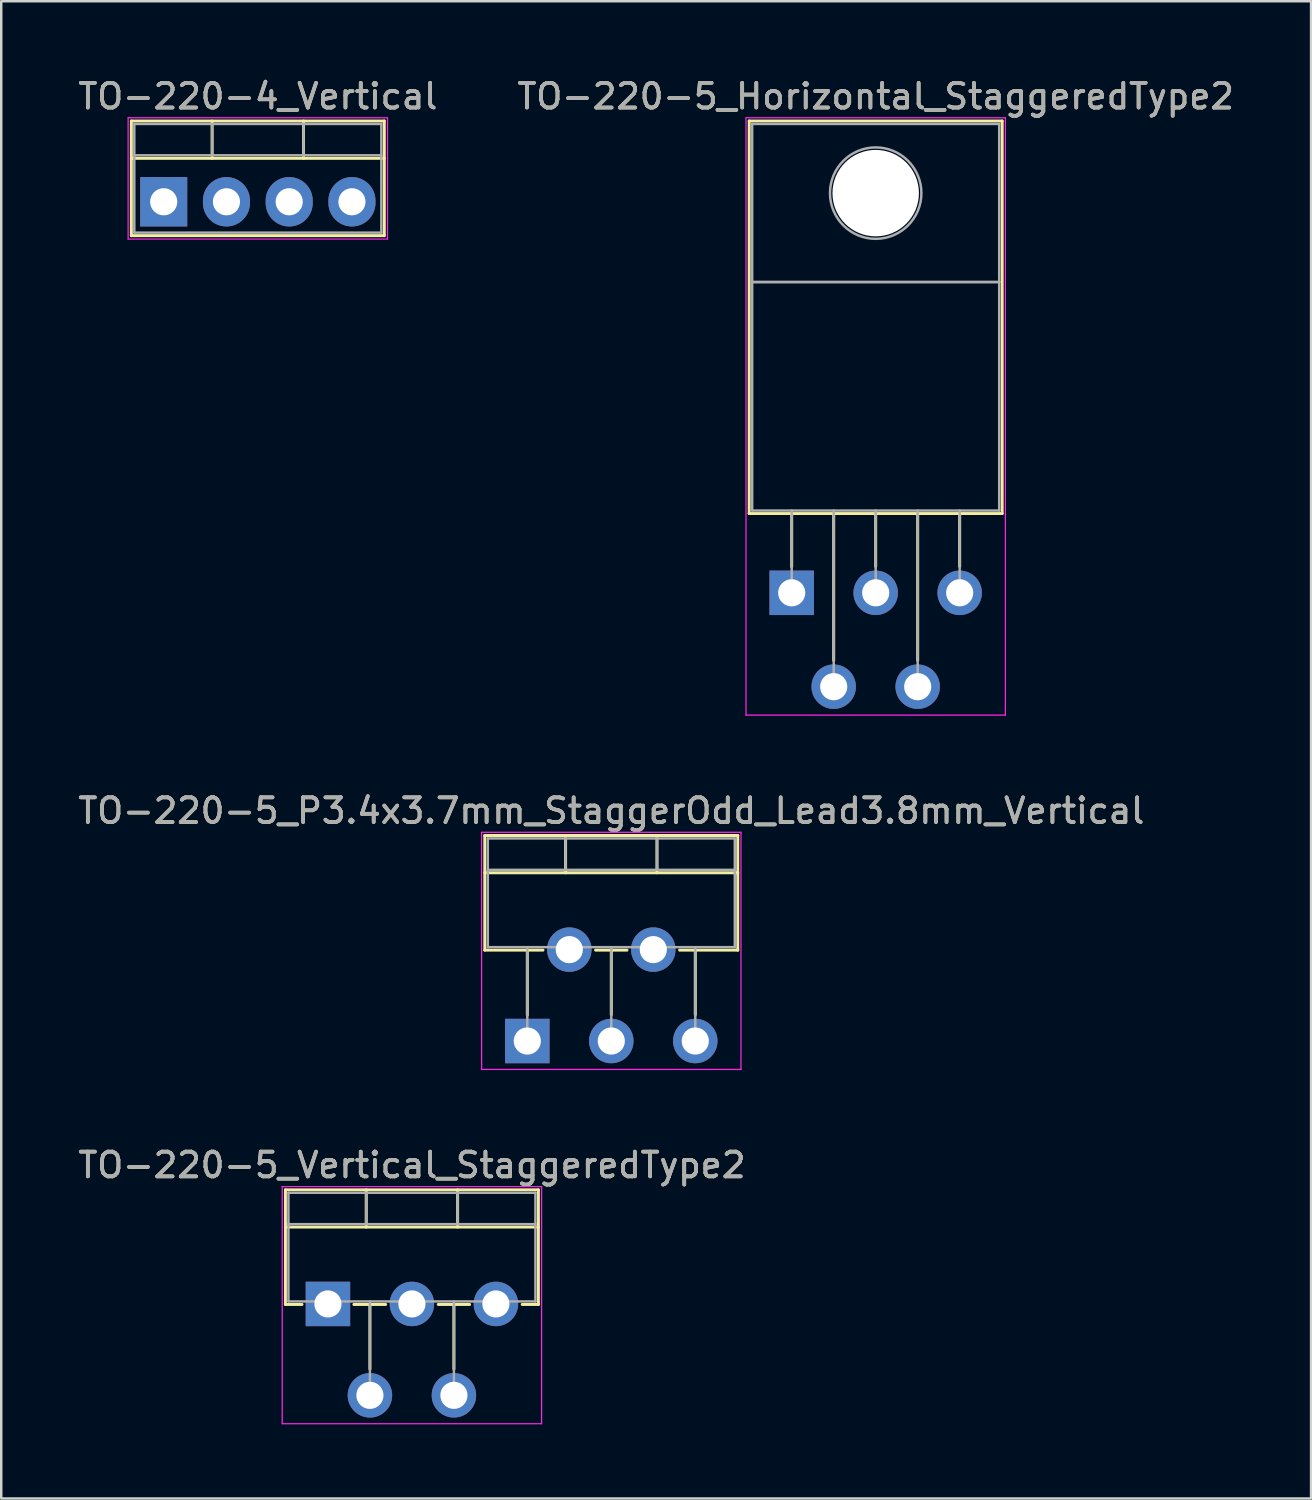
<source format=kicad_pcb>
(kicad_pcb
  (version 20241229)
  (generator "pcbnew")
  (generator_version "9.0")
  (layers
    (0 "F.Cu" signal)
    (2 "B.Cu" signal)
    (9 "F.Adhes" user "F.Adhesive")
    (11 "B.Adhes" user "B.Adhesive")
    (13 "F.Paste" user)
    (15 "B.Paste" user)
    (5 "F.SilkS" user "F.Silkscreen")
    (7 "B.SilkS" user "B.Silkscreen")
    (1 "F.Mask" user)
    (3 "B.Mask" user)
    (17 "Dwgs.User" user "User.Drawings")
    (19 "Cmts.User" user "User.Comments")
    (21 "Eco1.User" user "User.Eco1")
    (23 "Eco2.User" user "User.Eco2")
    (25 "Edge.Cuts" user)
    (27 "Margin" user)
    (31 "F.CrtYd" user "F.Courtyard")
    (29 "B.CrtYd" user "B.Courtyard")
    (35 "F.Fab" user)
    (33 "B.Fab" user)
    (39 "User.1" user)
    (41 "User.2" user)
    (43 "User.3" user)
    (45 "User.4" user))
  (footprint "TO-220-4_Vertical"
    (layer "F.Cu")
    (at 3.577 5.118)
    (property "Reference" "TO-220-4_Vertical" (at 3.81 -4.27 0) (layer "F.SilkS") (effects (font (size 1 1) (thickness 0.15))))
    (attr through_hole)
    (fp_line (start -1.31 -3.27) (end -1.31 1.371) (stroke (width 0.12) (type solid)) (layer "F.SilkS"))
    (fp_line (start -1.31 -3.27) (end 8.93 -3.27) (stroke (width 0.12) (type solid)) (layer "F.SilkS"))
    (fp_line (start -1.31 -1.76) (end 8.93 -1.76) (stroke (width 0.12) (type solid)) (layer "F.SilkS"))
    (fp_line (start -1.31 1.371) (end 8.93 1.371) (stroke (width 0.12) (type solid)) (layer "F.SilkS"))
    (fp_line (start 1.96 -3.27) (end 1.96 -1.76) (stroke (width 0.12) (type solid)) (layer "F.SilkS"))
    (fp_line (start 5.66 -3.27) (end 5.66 -1.76) (stroke (width 0.12) (type solid)) (layer "F.SilkS"))
    (fp_line (start 8.93 -3.27) (end 8.93 1.371) (stroke (width 0.12) (type solid)) (layer "F.SilkS"))
    (fp_line (start -1.44 -3.4) (end -1.44 1.51) (stroke (width 0.05) (type solid)) (layer "F.CrtYd"))
    (fp_line (start -1.44 1.51) (end 9.06 1.51) (stroke (width 0.05) (type solid)) (layer "F.CrtYd"))
    (fp_line (start 9.06 -3.4) (end -1.44 -3.4) (stroke (width 0.05) (type solid)) (layer "F.CrtYd"))
    (fp_line (start 9.06 1.51) (end 9.06 -3.4) (stroke (width 0.05) (type solid)) (layer "F.CrtYd"))
    (fp_line (start -1.19 -3.15) (end -1.19 1.25) (stroke (width 0.1) (type solid)) (layer "F.Fab"))
    (fp_line (start -1.19 -1.88) (end 8.81 -1.88) (stroke (width 0.1) (type solid)) (layer "F.Fab"))
    (fp_line (start -1.19 1.25) (end 8.81 1.25) (stroke (width 0.1) (type solid)) (layer "F.Fab"))
    (fp_line (start 1.96 -3.15) (end 1.96 -1.88) (stroke (width 0.1) (type solid)) (layer "F.Fab"))
    (fp_line (start 5.66 -3.15) (end 5.66 -1.88) (stroke (width 0.1) (type solid)) (layer "F.Fab"))
    (fp_line (start 8.81 -3.15) (end -1.19 -3.15) (stroke (width 0.1) (type solid)) (layer "F.Fab"))
    (fp_line (start 8.81 1.25) (end 8.81 -3.15) (stroke (width 0.1) (type solid)) (layer "F.Fab"))
    (fp_text user "${REFERENCE}" (at 3.81 -4.27 0) (layer "F.Fab") (effects (font (size 1 1) (thickness 0.15))))
    (pad "1" thru_hole rect (at 0 0) (size 1.905 2) (drill 1.1) (layers "*.Cu" "*.Mask"))
    (pad "2" thru_hole oval (at 2.54 0) (size 1.905 2) (drill 1.1) (layers "*.Cu" "*.Mask"))
    (pad "3" thru_hole oval (at 5.08 0) (size 1.905 2) (drill 1.1) (layers "*.Cu" "*.Mask"))
    (pad "4" thru_hole oval (at 7.62 0) (size 1.905 2) (drill 1.1) (layers "*.Cu" "*.Mask")))
  (footprint "TO-220-5_Vertical_StaggeredType2"
    (layer "F.Cu")
    (at 10.225 49.735)
    (property "Reference" "TO-220-5_Vertical_StaggeredType2" (at 3.4 -5.62 0) (layer "F.SilkS") (effects (font (size 1 1) (thickness 0.15))))
    (attr through_hole)
    (fp_line (start -1.721 -4.62) (end -1.721 0.021) (stroke (width 0.12) (type solid)) (layer "F.SilkS"))
    (fp_line (start -1.721 -4.62) (end 8.52 -4.62) (stroke (width 0.12) (type solid)) (layer "F.SilkS"))
    (fp_line (start -1.721 -3.111) (end 8.52 -3.111) (stroke (width 0.12) (type solid)) (layer "F.SilkS"))
    (fp_line (start -1.721 0.021) (end -1.05 0.021) (stroke (width 0.12) (type solid)) (layer "F.SilkS"))
    (fp_line (start 1.05 0.021) (end 2.335 0.021) (stroke (width 0.12) (type solid)) (layer "F.SilkS"))
    (fp_line (start 1.55 -4.62) (end 1.55 -3.111) (stroke (width 0.12) (type solid)) (layer "F.SilkS"))
    (fp_line (start 1.7 0.021) (end 1.7 2.635) (stroke (width 0.12) (type solid)) (layer "F.SilkS"))
    (fp_line (start 4.465 0.021) (end 5.735 0.021) (stroke (width 0.12) (type solid)) (layer "F.SilkS"))
    (fp_line (start 5.1 0.021) (end 5.1 2.635) (stroke (width 0.12) (type solid)) (layer "F.SilkS"))
    (fp_line (start 5.25 -4.62) (end 5.25 -3.111) (stroke (width 0.12) (type solid)) (layer "F.SilkS"))
    (fp_line (start 7.865 0.021) (end 8.52 0.021) (stroke (width 0.12) (type solid)) (layer "F.SilkS"))
    (fp_line (start 8.52 -4.62) (end 8.52 0.021) (stroke (width 0.12) (type solid)) (layer "F.SilkS"))
    (fp_line (start -1.85 -4.75) (end -1.85 4.85) (stroke (width 0.05) (type solid)) (layer "F.CrtYd"))
    (fp_line (start -1.85 4.85) (end 8.65 4.85) (stroke (width 0.05) (type solid)) (layer "F.CrtYd"))
    (fp_line (start 8.65 -4.75) (end -1.85 -4.75) (stroke (width 0.05) (type solid)) (layer "F.CrtYd"))
    (fp_line (start 8.65 4.85) (end 8.65 -4.75) (stroke (width 0.05) (type solid)) (layer "F.CrtYd"))
    (fp_line (start -1.6 -4.5) (end -1.6 -0.1) (stroke (width 0.1) (type solid)) (layer "F.Fab"))
    (fp_line (start -1.6 -3.23) (end 8.4 -3.23) (stroke (width 0.1) (type solid)) (layer "F.Fab"))
    (fp_line (start -1.6 -0.1) (end 8.4 -0.1) (stroke (width 0.1) (type solid)) (layer "F.Fab"))
    (fp_line (start 0 -0.1) (end 0 0) (stroke (width 0.1) (type solid)) (layer "F.Fab"))
    (fp_line (start 1.55 -4.5) (end 1.55 -3.23) (stroke (width 0.1) (type solid)) (layer "F.Fab"))
    (fp_line (start 1.7 -0.1) (end 1.7 3.7) (stroke (width 0.1) (type solid)) (layer "F.Fab"))
    (fp_line (start 3.4 -0.1) (end 3.4 0) (stroke (width 0.1) (type solid)) (layer "F.Fab"))
    (fp_line (start 5.1 -0.1) (end 5.1 3.7) (stroke (width 0.1) (type solid)) (layer "F.Fab"))
    (fp_line (start 5.25 -4.5) (end 5.25 -3.23) (stroke (width 0.1) (type solid)) (layer "F.Fab"))
    (fp_line (start 6.8 -0.1) (end 6.8 0) (stroke (width 0.1) (type solid)) (layer "F.Fab"))
    (fp_line (start 8.4 -4.5) (end -1.6 -4.5) (stroke (width 0.1) (type solid)) (layer "F.Fab"))
    (fp_line (start 8.4 -0.1) (end 8.4 -4.5) (stroke (width 0.1) (type solid)) (layer "F.Fab"))
    (fp_text user "${REFERENCE}" (at 3.4 -5.62 0) (layer "F.Fab") (effects (font (size 1 1) (thickness 0.15))))
    (pad "1" thru_hole rect (at 0 0) (size 1.8 1.8) (drill 1.1) (layers "*.Cu" "*.Mask"))
    (pad "2" thru_hole oval (at 1.7 3.7) (size 1.8 1.8) (drill 1.1) (layers "*.Cu" "*.Mask"))
    (pad "3" thru_hole oval (at 3.4 0) (size 1.8 1.8) (drill 1.1) (layers "*.Cu" "*.Mask"))
    (pad "4" thru_hole oval (at 5.1 3.7) (size 1.8 1.8) (drill 1.1) (layers "*.Cu" "*.Mask"))
    (pad "5" thru_hole oval (at 6.8 0) (size 1.8 1.8) (drill 1.1) (layers "*.Cu" "*.Mask")))
  (footprint "TO-220-5_Horizontal_StaggeredType2"
    (layer "F.Cu")
    (at 28.999 20.948)
    (property "Reference" "TO-220-5_Horizontal_StaggeredType2" (at 3.4 -20.1 0) (layer "F.SilkS") (effects (font (size 1 1) (thickness 0.15))))
    (attr through_hole)
    (fp_line (start -1.721 -19.1) (end -1.721 -3.21) (stroke (width 0.12) (type solid)) (layer "F.SilkS"))
    (fp_line (start -1.721 -19.1) (end 8.52 -19.1) (stroke (width 0.12) (type solid)) (layer "F.SilkS"))
    (fp_line (start -1.721 -3.21) (end 8.52 -3.21) (stroke (width 0.12) (type solid)) (layer "F.SilkS"))
    (fp_line (start 0 -3.21) (end 0 -1.05) (stroke (width 0.12) (type solid)) (layer "F.SilkS"))
    (fp_line (start 1.7 -3.21) (end 1.7 2.735) (stroke (width 0.12) (type solid)) (layer "F.SilkS"))
    (fp_line (start 3.4 -3.21) (end 3.4 -1.066) (stroke (width 0.12) (type solid)) (layer "F.SilkS"))
    (fp_line (start 5.1 -3.21) (end 5.1 2.735) (stroke (width 0.12) (type solid)) (layer "F.SilkS"))
    (fp_line (start 6.8 -3.21) (end 6.8 -1.066) (stroke (width 0.12) (type solid)) (layer "F.SilkS"))
    (fp_line (start 8.52 -19.1) (end 8.52 -3.21) (stroke (width 0.12) (type solid)) (layer "F.SilkS"))
    (fp_line (start -1.85 -19.23) (end -1.85 4.95) (stroke (width 0.05) (type solid)) (layer "F.CrtYd"))
    (fp_line (start -1.85 4.95) (end 8.65 4.95) (stroke (width 0.05) (type solid)) (layer "F.CrtYd"))
    (fp_line (start 8.65 -19.23) (end -1.85 -19.23) (stroke (width 0.05) (type solid)) (layer "F.CrtYd"))
    (fp_line (start 8.65 4.95) (end 8.65 -19.23) (stroke (width 0.05) (type solid)) (layer "F.CrtYd"))
    (fp_line (start -1.6 -18.98) (end 8.4 -18.98) (stroke (width 0.1) (type solid)) (layer "F.Fab"))
    (fp_line (start -1.6 -12.58) (end -1.6 -18.98) (stroke (width 0.1) (type solid)) (layer "F.Fab"))
    (fp_line (start -1.6 -12.58) (end 8.4 -12.58) (stroke (width 0.1) (type solid)) (layer "F.Fab"))
    (fp_line (start -1.6 -3.33) (end -1.6 -12.58) (stroke (width 0.1) (type solid)) (layer "F.Fab"))
    (fp_line (start 0 -3.33) (end 0 0) (stroke (width 0.1) (type solid)) (layer "F.Fab"))
    (fp_line (start 1.7 -3.33) (end 1.7 3.8) (stroke (width 0.1) (type solid)) (layer "F.Fab"))
    (fp_line (start 3.4 -3.33) (end 3.4 0) (stroke (width 0.1) (type solid)) (layer "F.Fab"))
    (fp_line (start 5.1 -3.33) (end 5.1 3.8) (stroke (width 0.1) (type solid)) (layer "F.Fab"))
    (fp_line (start 6.8 -3.33) (end 6.8 0) (stroke (width 0.1) (type solid)) (layer "F.Fab"))
    (fp_line (start 8.4 -18.98) (end 8.4 -12.58) (stroke (width 0.1) (type solid)) (layer "F.Fab"))
    (fp_line (start 8.4 -12.58) (end -1.6 -12.58) (stroke (width 0.1) (type solid)) (layer "F.Fab"))
    (fp_line (start 8.4 -12.58) (end 8.4 -3.33) (stroke (width 0.1) (type solid)) (layer "F.Fab"))
    (fp_line (start 8.4 -3.33) (end -1.6 -3.33) (stroke (width 0.1) (type solid)) (layer "F.Fab"))
    (fp_circle (center 3.4 -16.18) (end 5.25 -16.18) (stroke (width 0.1) (type solid)) (fill no) (layer "F.Fab"))
    (fp_text user "${REFERENCE}" (at 3.4 -20.1 0) (layer "F.Fab") (effects (font (size 1 1) (thickness 0.15))))
    (pad "" np_thru_hole oval (at 3.4 -16.18) (size 3.5 3.5) (drill 3.5) (layers "*.Cu" "*.Mask"))
    (pad "1" thru_hole rect (at 0 0) (size 1.8 1.8) (drill 1.1) (layers "*.Cu" "*.Mask"))
    (pad "2" thru_hole oval (at 1.7 3.8) (size 1.8 1.8) (drill 1.1) (layers "*.Cu" "*.Mask"))
    (pad "3" thru_hole oval (at 3.4 0) (size 1.8 1.8) (drill 1.1) (layers "*.Cu" "*.Mask"))
    (pad "4" thru_hole oval (at 5.1 3.8) (size 1.8 1.8) (drill 1.1) (layers "*.Cu" "*.Mask"))
    (pad "5" thru_hole oval (at 6.8 0) (size 1.8 1.8) (drill 1.1) (layers "*.Cu" "*.Mask")))
  (footprint "TO-220-5_P3.4x3.7mm_StaggerOdd_Lead3.8mm_Vertical"
    (layer "F.Cu")
    (at 18.296 39.092)
    (property "Reference" "TO-220-5_P3.4x3.7mm_StaggerOdd_Lead3.8mm_Vertical" (at 3.4 -9.32 0) (layer "F.SilkS") (effects (font (size 1 1) (thickness 0.15))))
    (attr through_hole)
    (fp_line (start -1.721 -8.32) (end -1.721 -3.679) (stroke (width 0.12) (type solid)) (layer "F.SilkS"))
    (fp_line (start -1.721 -8.32) (end 8.52 -8.32) (stroke (width 0.12) (type solid)) (layer "F.SilkS"))
    (fp_line (start -1.721 -6.811) (end 8.52 -6.811) (stroke (width 0.12) (type solid)) (layer "F.SilkS"))
    (fp_line (start -1.721 -3.679) (end 0.635 -3.679) (stroke (width 0.12) (type solid)) (layer "F.SilkS"))
    (fp_line (start 0 -3.679) (end 0 -1.049) (stroke (width 0.12) (type solid)) (layer "F.SilkS"))
    (fp_line (start 1.55 -8.32) (end 1.55 -6.811) (stroke (width 0.12) (type solid)) (layer "F.SilkS"))
    (fp_line (start 2.765 -3.679) (end 4.035 -3.679) (stroke (width 0.12) (type solid)) (layer "F.SilkS"))
    (fp_line (start 3.4 -3.679) (end 3.4 -1.065) (stroke (width 0.12) (type solid)) (layer "F.SilkS"))
    (fp_line (start 5.25 -8.32) (end 5.25 -6.811) (stroke (width 0.12) (type solid)) (layer "F.SilkS"))
    (fp_line (start 6.165 -3.679) (end 8.52 -3.679) (stroke (width 0.12) (type solid)) (layer "F.SilkS"))
    (fp_line (start 6.8 -3.679) (end 6.8 -1.065) (stroke (width 0.12) (type solid)) (layer "F.SilkS"))
    (fp_line (start 8.52 -8.32) (end 8.52 -3.679) (stroke (width 0.12) (type solid)) (layer "F.SilkS"))
    (fp_line (start -1.85 -8.45) (end -1.85 1.15) (stroke (width 0.05) (type solid)) (layer "F.CrtYd"))
    (fp_line (start -1.85 1.15) (end 8.65 1.15) (stroke (width 0.05) (type solid)) (layer "F.CrtYd"))
    (fp_line (start 8.65 -8.45) (end -1.85 -8.45) (stroke (width 0.05) (type solid)) (layer "F.CrtYd"))
    (fp_line (start 8.65 1.15) (end 8.65 -8.45) (stroke (width 0.05) (type solid)) (layer "F.CrtYd"))
    (fp_line (start -1.6 -8.2) (end -1.6 -3.8) (stroke (width 0.1) (type solid)) (layer "F.Fab"))
    (fp_line (start -1.6 -6.93) (end 8.4 -6.93) (stroke (width 0.1) (type solid)) (layer "F.Fab"))
    (fp_line (start -1.6 -3.8) (end 8.4 -3.8) (stroke (width 0.1) (type solid)) (layer "F.Fab"))
    (fp_line (start 0 -3.8) (end 0 0) (stroke (width 0.1) (type solid)) (layer "F.Fab"))
    (fp_line (start 1.55 -8.2) (end 1.55 -6.93) (stroke (width 0.1) (type solid)) (layer "F.Fab"))
    (fp_line (start 1.7 -3.8) (end 1.7 -3.7) (stroke (width 0.1) (type solid)) (layer "F.Fab"))
    (fp_line (start 3.4 -3.8) (end 3.4 0) (stroke (width 0.1) (type solid)) (layer "F.Fab"))
    (fp_line (start 5.1 -3.8) (end 5.1 -3.7) (stroke (width 0.1) (type solid)) (layer "F.Fab"))
    (fp_line (start 5.25 -8.2) (end 5.25 -6.93) (stroke (width 0.1) (type solid)) (layer "F.Fab"))
    (fp_line (start 6.8 -3.8) (end 6.8 0) (stroke (width 0.1) (type solid)) (layer "F.Fab"))
    (fp_line (start 8.4 -8.2) (end -1.6 -8.2) (stroke (width 0.1) (type solid)) (layer "F.Fab"))
    (fp_line (start 8.4 -3.8) (end 8.4 -8.2) (stroke (width 0.1) (type solid)) (layer "F.Fab"))
    (fp_text user "${REFERENCE}" (at 3.4 -9.32 0) (layer "F.Fab") (effects (font (size 1 1) (thickness 0.15))))
    (pad "1" thru_hole rect (at 0 0) (size 1.8 1.8) (drill 1.1) (layers "*.Cu" "*.Mask"))
    (pad "2" thru_hole oval (at 1.7 -3.7) (size 1.8 1.8) (drill 1.1) (layers "*.Cu" "*.Mask"))
    (pad "3" thru_hole oval (at 3.4 0) (size 1.8 1.8) (drill 1.1) (layers "*.Cu" "*.Mask"))
    (pad "4" thru_hole oval (at 5.1 -3.7) (size 1.8 1.8) (drill 1.1) (layers "*.Cu" "*.Mask"))
    (pad "5" thru_hole oval (at 6.8 0) (size 1.8 1.8) (drill 1.1) (layers "*.Cu" "*.Mask")))
  (gr_rect
    (start -3 -3)
    (end 50.024 57.61)
    (stroke (width 0.1) (type default))
    (fill no)
    (layer "Edge.Cuts")))
</source>
